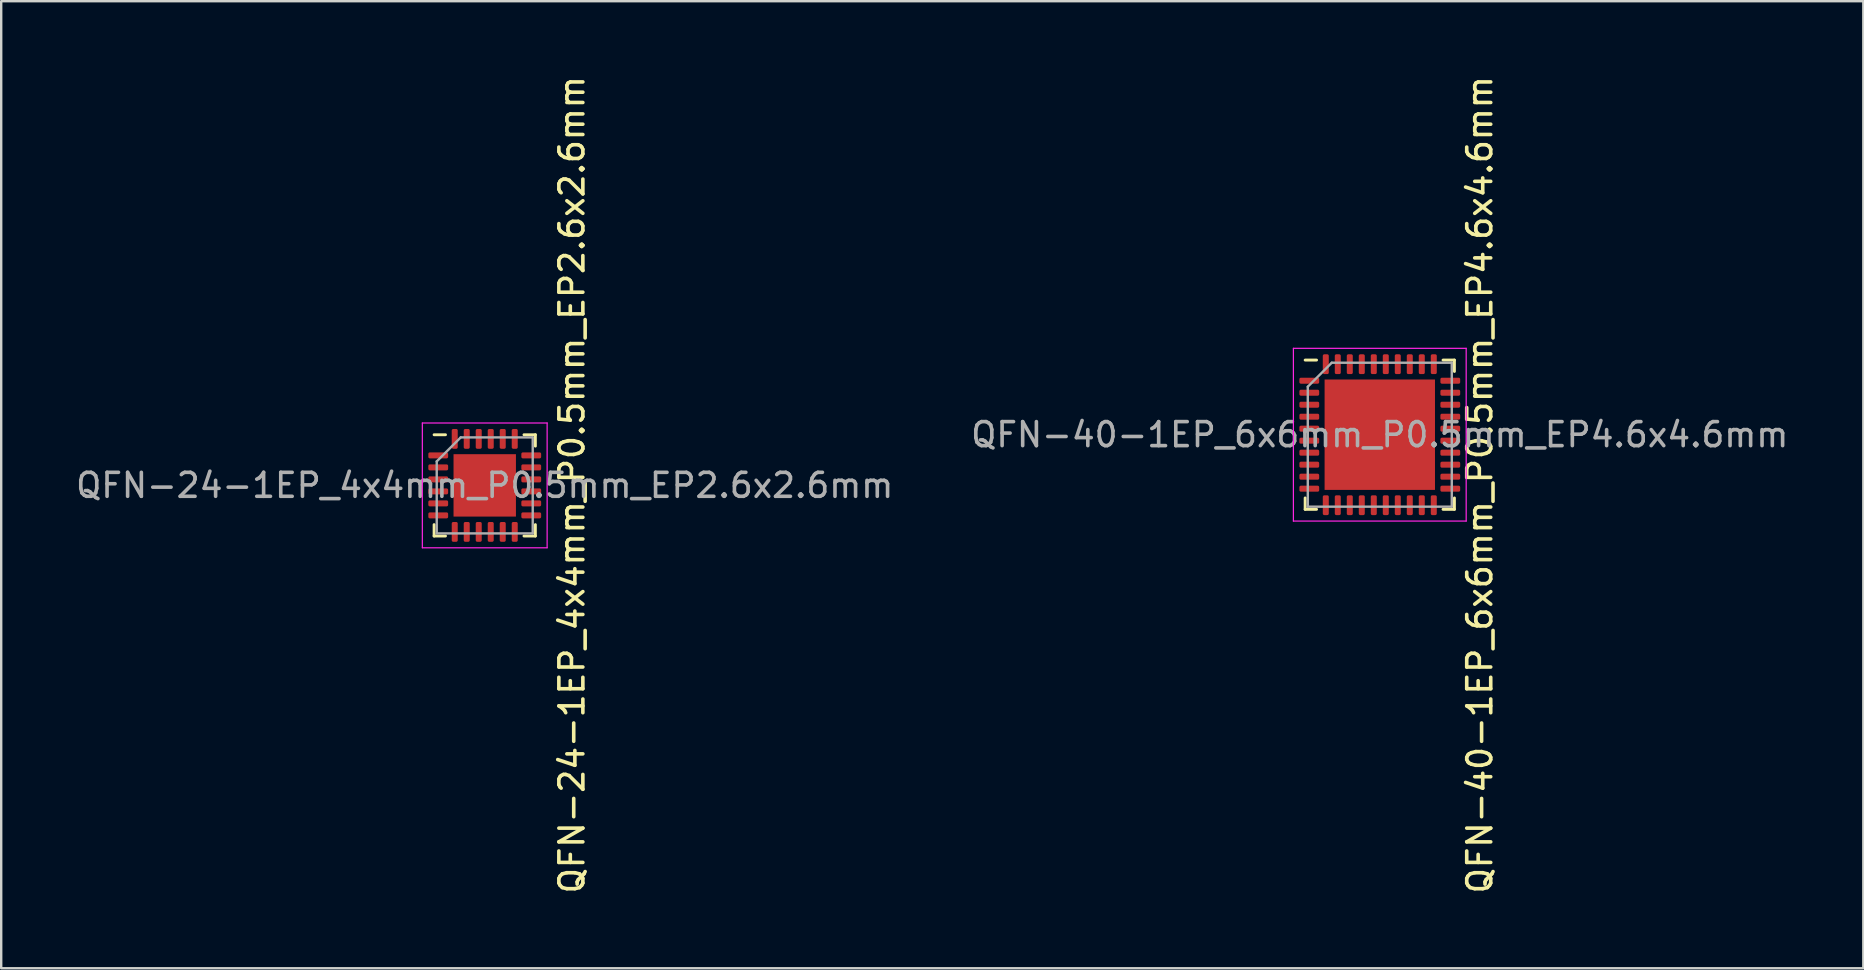
<source format=kicad_pcb>
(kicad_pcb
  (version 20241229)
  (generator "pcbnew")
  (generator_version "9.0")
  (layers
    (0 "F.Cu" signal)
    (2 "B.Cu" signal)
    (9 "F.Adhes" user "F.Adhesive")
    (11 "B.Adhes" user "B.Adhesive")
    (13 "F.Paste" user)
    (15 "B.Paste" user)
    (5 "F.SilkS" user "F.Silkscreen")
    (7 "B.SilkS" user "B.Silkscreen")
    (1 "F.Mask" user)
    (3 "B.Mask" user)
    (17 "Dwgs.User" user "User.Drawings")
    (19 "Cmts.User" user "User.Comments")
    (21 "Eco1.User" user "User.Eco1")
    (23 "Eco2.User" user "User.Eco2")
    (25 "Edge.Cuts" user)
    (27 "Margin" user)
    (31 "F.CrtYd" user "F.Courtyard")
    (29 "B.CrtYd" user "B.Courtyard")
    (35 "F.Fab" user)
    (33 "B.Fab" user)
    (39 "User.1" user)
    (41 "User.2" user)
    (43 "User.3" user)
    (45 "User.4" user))
  (footprint "QFN-40-1EP_6x6mm_P0.5mm_EP4.6x4.6mm"
    (layer "F.Cu")
    (at 54.446 15.064)
    (property "Reference" "QFN-40-1EP_6x6mm_P0.5mm_EP4.6x4.6mm" (at 4.168 2.085 90) (layer "F.SilkS") (effects (font (size 1 1) (thickness 0.15))))
    (attr smd)
    (fp_line (start -3.11 3.11) (end -3.11 2.635) (stroke (width 0.12) (type solid)) (layer "F.SilkS"))
    (fp_line (start -2.635 -3.11) (end -3.11 -3.11) (stroke (width 0.12) (type solid)) (layer "F.SilkS"))
    (fp_line (start -2.635 3.11) (end -3.11 3.11) (stroke (width 0.12) (type solid)) (layer "F.SilkS"))
    (fp_line (start 2.635 -3.11) (end 3.11 -3.11) (stroke (width 0.12) (type solid)) (layer "F.SilkS"))
    (fp_line (start 2.635 3.11) (end 3.11 3.11) (stroke (width 0.12) (type solid)) (layer "F.SilkS"))
    (fp_line (start 3.11 -3.11) (end 3.11 -2.635) (stroke (width 0.12) (type solid)) (layer "F.SilkS"))
    (fp_line (start 3.11 3.11) (end 3.11 2.635) (stroke (width 0.12) (type solid)) (layer "F.SilkS"))
    (fp_line (start -3.6 -3.6) (end -3.6 3.6) (stroke (width 0.05) (type solid)) (layer "F.CrtYd"))
    (fp_line (start -3.6 3.6) (end 3.6 3.6) (stroke (width 0.05) (type solid)) (layer "F.CrtYd"))
    (fp_line (start 3.6 -3.6) (end -3.6 -3.6) (stroke (width 0.05) (type solid)) (layer "F.CrtYd"))
    (fp_line (start 3.6 3.6) (end 3.6 -3.6) (stroke (width 0.05) (type solid)) (layer "F.CrtYd"))
    (fp_line (start -3 -2) (end -2 -3) (stroke (width 0.1) (type solid)) (layer "F.Fab"))
    (fp_line (start -3 3) (end -3 -2) (stroke (width 0.1) (type solid)) (layer "F.Fab"))
    (fp_line (start -2 -3) (end 3 -3) (stroke (width 0.1) (type solid)) (layer "F.Fab"))
    (fp_line (start 3 -3) (end 3 3) (stroke (width 0.1) (type solid)) (layer "F.Fab"))
    (fp_line (start 3 3) (end -3 3) (stroke (width 0.1) (type solid)) (layer "F.Fab"))
    (fp_text user "${REFERENCE}" (at 0 0 0) (layer "F.Fab") (effects (font (size 1 1) (thickness 0.15))))
    (pad "" smd roundrect (at -1.725 -1.725 180) (size 0.93 0.93) (layers "F.Paste") (roundrect_rratio 0.25))
    (pad "" smd roundrect (at -1.725 -0.575 180) (size 0.93 0.93) (layers "F.Paste") (roundrect_rratio 0.25))
    (pad "" smd roundrect (at -1.725 0.575 180) (size 0.93 0.93) (layers "F.Paste") (roundrect_rratio 0.25))
    (pad "" smd roundrect (at -1.725 1.725 180) (size 0.93 0.93) (layers "F.Paste") (roundrect_rratio 0.25))
    (pad "" smd roundrect (at -0.575 -1.725 180) (size 0.93 0.93) (layers "F.Paste") (roundrect_rratio 0.25))
    (pad "" smd roundrect (at -0.575 -0.575 180) (size 0.93 0.93) (layers "F.Paste") (roundrect_rratio 0.25))
    (pad "" smd roundrect (at -0.575 0.575 180) (size 0.93 0.93) (layers "F.Paste") (roundrect_rratio 0.25))
    (pad "" smd roundrect (at -0.575 1.725 180) (size 0.93 0.93) (layers "F.Paste") (roundrect_rratio 0.25))
    (pad "" smd roundrect (at 0.575 -1.725 180) (size 0.93 0.93) (layers "F.Paste") (roundrect_rratio 0.25))
    (pad "" smd roundrect (at 0.575 -0.575 180) (size 0.93 0.93) (layers "F.Paste") (roundrect_rratio 0.25))
    (pad "" smd roundrect (at 0.575 0.575 180) (size 0.93 0.93) (layers "F.Paste") (roundrect_rratio 0.25))
    (pad "" smd roundrect (at 0.575 1.725 180) (size 0.93 0.93) (layers "F.Paste") (roundrect_rratio 0.25))
    (pad "" smd roundrect (at 1.725 -1.725 180) (size 0.93 0.93) (layers "F.Paste") (roundrect_rratio 0.25))
    (pad "" smd roundrect (at 1.725 -0.575 180) (size 0.93 0.93) (layers "F.Paste") (roundrect_rratio 0.25))
    (pad "" smd roundrect (at 1.725 0.575 180) (size 0.93 0.93) (layers "F.Paste") (roundrect_rratio 0.25))
    (pad "" smd roundrect (at 1.725 1.725 180) (size 0.93 0.93) (layers "F.Paste") (roundrect_rratio 0.25))
    (pad "1" smd roundrect (at -2.938 -2.25 180) (size 0.825 0.25) (layers "F.Cu" "F.Mask" "F.Paste") (roundrect_rratio 0.25))
    (pad "2" smd roundrect (at -2.938 -1.75 180) (size 0.825 0.25) (layers "F.Cu" "F.Mask" "F.Paste") (roundrect_rratio 0.25))
    (pad "3" smd roundrect (at -2.938 -1.25 180) (size 0.825 0.25) (layers "F.Cu" "F.Mask" "F.Paste") (roundrect_rratio 0.25))
    (pad "4" smd roundrect (at -2.938 -0.75 180) (size 0.825 0.25) (layers "F.Cu" "F.Mask" "F.Paste") (roundrect_rratio 0.25))
    (pad "5" smd roundrect (at -2.938 -0.25 180) (size 0.825 0.25) (layers "F.Cu" "F.Mask" "F.Paste") (roundrect_rratio 0.25))
    (pad "6" smd roundrect (at -2.938 0.25 180) (size 0.825 0.25) (layers "F.Cu" "F.Mask" "F.Paste") (roundrect_rratio 0.25))
    (pad "7" smd roundrect (at -2.938 0.75 180) (size 0.825 0.25) (layers "F.Cu" "F.Mask" "F.Paste") (roundrect_rratio 0.25))
    (pad "8" smd roundrect (at -2.938 1.25 180) (size 0.825 0.25) (layers "F.Cu" "F.Mask" "F.Paste") (roundrect_rratio 0.25))
    (pad "9" smd roundrect (at -2.938 1.75 180) (size 0.825 0.25) (layers "F.Cu" "F.Mask" "F.Paste") (roundrect_rratio 0.25))
    (pad "10" smd roundrect (at -2.938 2.25 180) (size 0.825 0.25) (layers "F.Cu" "F.Mask" "F.Paste") (roundrect_rratio 0.25))
    (pad "11" smd roundrect (at -2.25 2.938 180) (size 0.25 0.825) (layers "F.Cu" "F.Mask" "F.Paste") (roundrect_rratio 0.25))
    (pad "12" smd roundrect (at -1.75 2.938 180) (size 0.25 0.825) (layers "F.Cu" "F.Mask" "F.Paste") (roundrect_rratio 0.25))
    (pad "13" smd roundrect (at -1.25 2.938 180) (size 0.25 0.825) (layers "F.Cu" "F.Mask" "F.Paste") (roundrect_rratio 0.25))
    (pad "14" smd roundrect (at -0.75 2.938 180) (size 0.25 0.825) (layers "F.Cu" "F.Mask" "F.Paste") (roundrect_rratio 0.25))
    (pad "15" smd roundrect (at -0.25 2.938 180) (size 0.25 0.825) (layers "F.Cu" "F.Mask" "F.Paste") (roundrect_rratio 0.25))
    (pad "16" smd roundrect (at 0.25 2.938 180) (size 0.25 0.825) (layers "F.Cu" "F.Mask" "F.Paste") (roundrect_rratio 0.25))
    (pad "17" smd roundrect (at 0.75 2.938 180) (size 0.25 0.825) (layers "F.Cu" "F.Mask" "F.Paste") (roundrect_rratio 0.25))
    (pad "18" smd roundrect (at 1.25 2.938 180) (size 0.25 0.825) (layers "F.Cu" "F.Mask" "F.Paste") (roundrect_rratio 0.25))
    (pad "19" smd roundrect (at 1.75 2.938 180) (size 0.25 0.825) (layers "F.Cu" "F.Mask" "F.Paste") (roundrect_rratio 0.25))
    (pad "20" smd roundrect (at 2.25 2.938 180) (size 0.25 0.825) (layers "F.Cu" "F.Mask" "F.Paste") (roundrect_rratio 0.25))
    (pad "21" smd roundrect (at 2.938 2.25 180) (size 0.825 0.25) (layers "F.Cu" "F.Mask" "F.Paste") (roundrect_rratio 0.25))
    (pad "22" smd roundrect (at 2.938 1.75 180) (size 0.825 0.25) (layers "F.Cu" "F.Mask" "F.Paste") (roundrect_rratio 0.25))
    (pad "23" smd roundrect (at 2.938 1.25 180) (size 0.825 0.25) (layers "F.Cu" "F.Mask" "F.Paste") (roundrect_rratio 0.25))
    (pad "24" smd roundrect (at 2.938 0.75 180) (size 0.825 0.25) (layers "F.Cu" "F.Mask" "F.Paste") (roundrect_rratio 0.25))
    (pad "25" smd roundrect (at 2.938 0.25 180) (size 0.825 0.25) (layers "F.Cu" "F.Mask" "F.Paste") (roundrect_rratio 0.25))
    (pad "26" smd roundrect (at 2.938 -0.25 180) (size 0.825 0.25) (layers "F.Cu" "F.Mask" "F.Paste") (roundrect_rratio 0.25))
    (pad "27" smd roundrect (at 2.938 -0.75 180) (size 0.825 0.25) (layers "F.Cu" "F.Mask" "F.Paste") (roundrect_rratio 0.25))
    (pad "28" smd roundrect (at 2.938 -1.25 180) (size 0.825 0.25) (layers "F.Cu" "F.Mask" "F.Paste") (roundrect_rratio 0.25))
    (pad "29" smd roundrect (at 2.938 -1.75 180) (size 0.825 0.25) (layers "F.Cu" "F.Mask" "F.Paste") (roundrect_rratio 0.25))
    (pad "30" smd roundrect (at 2.938 -2.25 180) (size 0.825 0.25) (layers "F.Cu" "F.Mask" "F.Paste") (roundrect_rratio 0.25))
    (pad "31" smd roundrect (at 2.25 -2.938 180) (size 0.25 0.825) (layers "F.Cu" "F.Mask" "F.Paste") (roundrect_rratio 0.25))
    (pad "32" smd roundrect (at 1.75 -2.938 180) (size 0.25 0.825) (layers "F.Cu" "F.Mask" "F.Paste") (roundrect_rratio 0.25))
    (pad "33" smd roundrect (at 1.25 -2.938 180) (size 0.25 0.825) (layers "F.Cu" "F.Mask" "F.Paste") (roundrect_rratio 0.25))
    (pad "34" smd roundrect (at 0.75 -2.938 180) (size 0.25 0.825) (layers "F.Cu" "F.Mask" "F.Paste") (roundrect_rratio 0.25))
    (pad "35" smd roundrect (at 0.25 -2.938 180) (size 0.25 0.825) (layers "F.Cu" "F.Mask" "F.Paste") (roundrect_rratio 0.25))
    (pad "36" smd roundrect (at -0.25 -2.938 180) (size 0.25 0.825) (layers "F.Cu" "F.Mask" "F.Paste") (roundrect_rratio 0.25))
    (pad "37" smd roundrect (at -0.75 -2.938 180) (size 0.25 0.825) (layers "F.Cu" "F.Mask" "F.Paste") (roundrect_rratio 0.25))
    (pad "38" smd roundrect (at -1.25 -2.938 180) (size 0.25 0.825) (layers "F.Cu" "F.Mask" "F.Paste") (roundrect_rratio 0.25))
    (pad "39" smd roundrect (at -1.75 -2.938 180) (size 0.25 0.825) (layers "F.Cu" "F.Mask" "F.Paste") (roundrect_rratio 0.25))
    (pad "40" smd roundrect (at -2.25 -2.938 180) (size 0.25 0.825) (layers "F.Cu" "F.Mask" "F.Paste") (roundrect_rratio 0.25))
    (pad "41" smd rect (at 0 0 180) (size 4.6 4.6) (layers "F.Cu" "F.Mask")))
  (footprint "QFN-24-1EP_4x4mm_P0.5mm_EP2.6x2.6mm"
    (layer "F.Cu")
    (at 17.149 17.176)
    (property "Reference" "QFN-24-1EP_4x4mm_P0.5mm_EP2.6x2.6mm" (at 3.634 -0.027 270) (layer "F.SilkS") (effects (font (size 1 1) (thickness 0.15))))
    (attr smd)
    (fp_line (start -2.11 2.11) (end -2.11 1.635) (stroke (width 0.12) (type solid)) (layer "F.SilkS"))
    (fp_line (start -1.635 -2.11) (end -2.11 -2.11) (stroke (width 0.12) (type solid)) (layer "F.SilkS"))
    (fp_line (start -1.635 2.11) (end -2.11 2.11) (stroke (width 0.12) (type solid)) (layer "F.SilkS"))
    (fp_line (start 1.635 -2.11) (end 2.11 -2.11) (stroke (width 0.12) (type solid)) (layer "F.SilkS"))
    (fp_line (start 1.635 2.11) (end 2.11 2.11) (stroke (width 0.12) (type solid)) (layer "F.SilkS"))
    (fp_line (start 2.11 -2.11) (end 2.11 -1.635) (stroke (width 0.12) (type solid)) (layer "F.SilkS"))
    (fp_line (start 2.11 2.11) (end 2.11 1.635) (stroke (width 0.12) (type solid)) (layer "F.SilkS"))
    (fp_line (start -2.6 -2.6) (end -2.6 2.6) (stroke (width 0.05) (type solid)) (layer "F.CrtYd"))
    (fp_line (start -2.6 2.6) (end 2.6 2.6) (stroke (width 0.05) (type solid)) (layer "F.CrtYd"))
    (fp_line (start 2.6 -2.6) (end -2.6 -2.6) (stroke (width 0.05) (type solid)) (layer "F.CrtYd"))
    (fp_line (start 2.6 2.6) (end 2.6 -2.6) (stroke (width 0.05) (type solid)) (layer "F.CrtYd"))
    (fp_line (start -2 -1) (end -1 -2) (stroke (width 0.1) (type solid)) (layer "F.Fab"))
    (fp_line (start -2 2) (end -2 -1) (stroke (width 0.1) (type solid)) (layer "F.Fab"))
    (fp_line (start -1 -2) (end 2 -2) (stroke (width 0.1) (type solid)) (layer "F.Fab"))
    (fp_line (start 2 -2) (end 2 2) (stroke (width 0.1) (type solid)) (layer "F.Fab"))
    (fp_line (start 2 2) (end -2 2) (stroke (width 0.1) (type solid)) (layer "F.Fab"))
    (fp_text user "${REFERENCE}" (at 0 0 180) (layer "F.Fab") (effects (font (size 1 1) (thickness 0.15))))
    (pad "" smd roundrect (at -0.65 -0.65) (size 1.05 1.05) (layers "F.Paste") (roundrect_rratio 0.238))
    (pad "" smd roundrect (at -0.65 0.65) (size 1.05 1.05) (layers "F.Paste") (roundrect_rratio 0.238))
    (pad "" smd roundrect (at 0.65 -0.65) (size 1.05 1.05) (layers "F.Paste") (roundrect_rratio 0.238))
    (pad "" smd roundrect (at 0.65 0.65) (size 1.05 1.05) (layers "F.Paste") (roundrect_rratio 0.238))
    (pad "1" smd roundrect (at -1.938 -1.25) (size 0.825 0.25) (layers "F.Cu" "F.Mask" "F.Paste") (roundrect_rratio 0.25))
    (pad "2" smd roundrect (at -1.938 -0.75) (size 0.825 0.25) (layers "F.Cu" "F.Mask" "F.Paste") (roundrect_rratio 0.25))
    (pad "3" smd roundrect (at -1.938 -0.25) (size 0.825 0.25) (layers "F.Cu" "F.Mask" "F.Paste") (roundrect_rratio 0.25))
    (pad "4" smd roundrect (at -1.938 0.25) (size 0.825 0.25) (layers "F.Cu" "F.Mask" "F.Paste") (roundrect_rratio 0.25))
    (pad "5" smd roundrect (at -1.938 0.75) (size 0.825 0.25) (layers "F.Cu" "F.Mask" "F.Paste") (roundrect_rratio 0.25))
    (pad "6" smd roundrect (at -1.938 1.25) (size 0.825 0.25) (layers "F.Cu" "F.Mask" "F.Paste") (roundrect_rratio 0.25))
    (pad "7" smd roundrect (at -1.25 1.938) (size 0.25 0.825) (layers "F.Cu" "F.Mask" "F.Paste") (roundrect_rratio 0.25))
    (pad "8" smd roundrect (at -0.75 1.938) (size 0.25 0.825) (layers "F.Cu" "F.Mask" "F.Paste") (roundrect_rratio 0.25))
    (pad "9" smd roundrect (at -0.25 1.938) (size 0.25 0.825) (layers "F.Cu" "F.Mask" "F.Paste") (roundrect_rratio 0.25))
    (pad "10" smd roundrect (at 0.25 1.938) (size 0.25 0.825) (layers "F.Cu" "F.Mask" "F.Paste") (roundrect_rratio 0.25))
    (pad "11" smd roundrect (at 0.75 1.938) (size 0.25 0.825) (layers "F.Cu" "F.Mask" "F.Paste") (roundrect_rratio 0.25))
    (pad "12" smd roundrect (at 1.25 1.938) (size 0.25 0.825) (layers "F.Cu" "F.Mask" "F.Paste") (roundrect_rratio 0.25))
    (pad "13" smd roundrect (at 1.938 1.25) (size 0.825 0.25) (layers "F.Cu" "F.Mask" "F.Paste") (roundrect_rratio 0.25))
    (pad "14" smd roundrect (at 1.938 0.75) (size 0.825 0.25) (layers "F.Cu" "F.Mask" "F.Paste") (roundrect_rratio 0.25))
    (pad "15" smd roundrect (at 1.938 0.25) (size 0.825 0.25) (layers "F.Cu" "F.Mask" "F.Paste") (roundrect_rratio 0.25))
    (pad "16" smd roundrect (at 1.938 -0.25) (size 0.825 0.25) (layers "F.Cu" "F.Mask" "F.Paste") (roundrect_rratio 0.25))
    (pad "17" smd roundrect (at 1.938 -0.75) (size 0.825 0.25) (layers "F.Cu" "F.Mask" "F.Paste") (roundrect_rratio 0.25))
    (pad "18" smd roundrect (at 1.938 -1.25) (size 0.825 0.25) (layers "F.Cu" "F.Mask" "F.Paste") (roundrect_rratio 0.25))
    (pad "19" smd roundrect (at 1.25 -1.938) (size 0.25 0.825) (layers "F.Cu" "F.Mask" "F.Paste") (roundrect_rratio 0.25))
    (pad "20" smd roundrect (at 0.75 -1.938) (size 0.25 0.825) (layers "F.Cu" "F.Mask" "F.Paste") (roundrect_rratio 0.25))
    (pad "21" smd roundrect (at 0.25 -1.938) (size 0.25 0.825) (layers "F.Cu" "F.Mask" "F.Paste") (roundrect_rratio 0.25))
    (pad "22" smd roundrect (at -0.25 -1.938) (size 0.25 0.825) (layers "F.Cu" "F.Mask" "F.Paste") (roundrect_rratio 0.25))
    (pad "23" smd roundrect (at -0.75 -1.938) (size 0.25 0.825) (layers "F.Cu" "F.Mask" "F.Paste") (roundrect_rratio 0.25))
    (pad "24" smd roundrect (at -1.25 -1.938) (size 0.25 0.825) (layers "F.Cu" "F.Mask" "F.Paste") (roundrect_rratio 0.25))
    (pad "25" smd rect (at 0 0) (size 2.6 2.6) (layers "F.Cu" "F.Mask")))
  (gr_rect
    (start -3 -3)
    (end 74.595 37.298)
    (stroke (width 0.1) (type default))
    (fill no)
    (layer "Edge.Cuts")))
</source>
